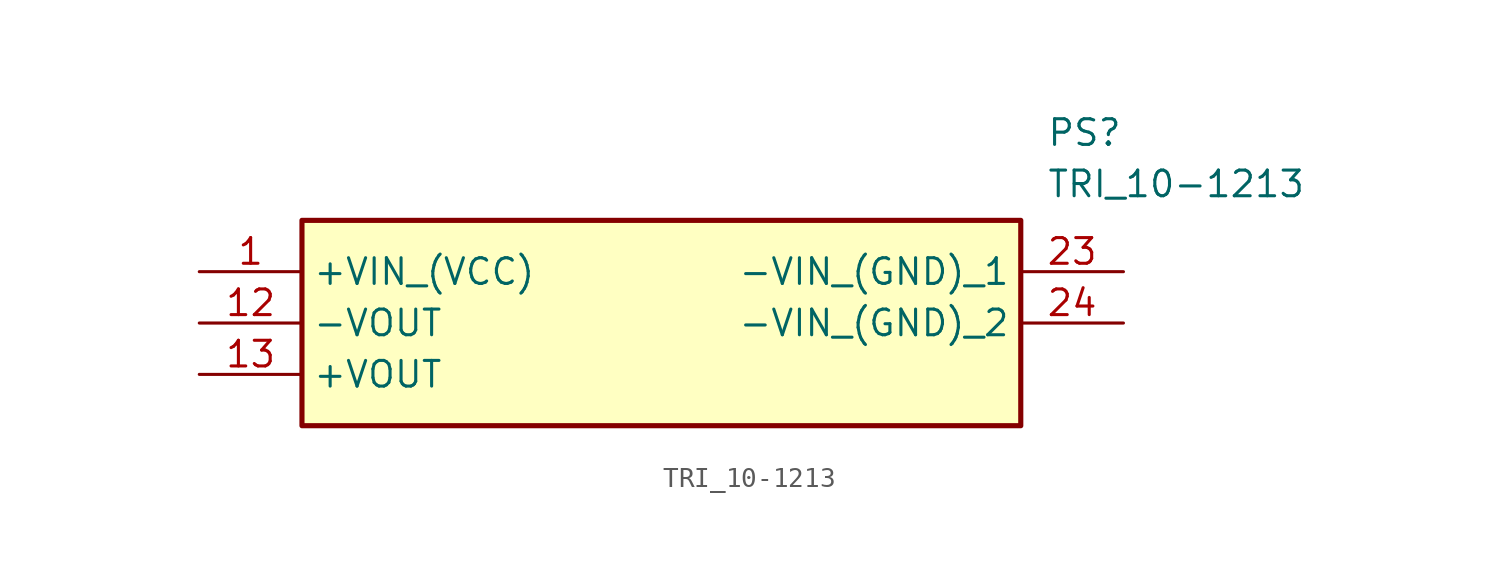
<source format=kicad_sym>
(kicad_symbol_lib
  (version 20211014)
  (generator SamacSys_ECAD_Model)
  (symbol "TRI_10-1213"
    (property "Reference" "PS"
      (at 41.91 7.62 0)
      (effects (font (size 1.27 1.27)) (justify left top)))
    (property "Value" "TRI_10-1213"
      (at 41.91 5.08 0)
      (effects (font (size 1.27 1.27)) (justify left top)))
    (rectangle
      (start 5.08 2.54)
      (end 40.64 -7.62)
      (stroke (width 0.254) (type default))
      (fill (type background)))
    (pin passive line
      (at 0 0 0)
      (length 5.08)
      (name "+VIN_(VCC)" (effects (font (size 1.27 1.27))))
      (number "1" (effects (font (size 1.27 1.27)))))
    (pin passive line
      (at 0 -2.54 0)
      (length 5.08)
      (name "-VOUT" (effects (font (size 1.27 1.27))))
      (number "12" (effects (font (size 1.27 1.27)))))
    (pin passive line
      (at 0 -5.08 0)
      (length 5.08)
      (name "+VOUT" (effects (font (size 1.27 1.27))))
      (number "13" (effects (font (size 1.27 1.27)))))
    (pin passive line
      (at 45.72 0 180)
      (length 5.08)
      (name "-VIN_(GND)_1" (effects (font (size 1.27 1.27))))
      (number "23" (effects (font (size 1.27 1.27)))))
    (pin passive line
      (at 45.72 -2.54 180)
      (length 5.08)
      (name "-VIN_(GND)_2" (effects (font (size 1.27 1.27))))
      (number "24" (effects (font (size 1.27 1.27)))))))
</source>
